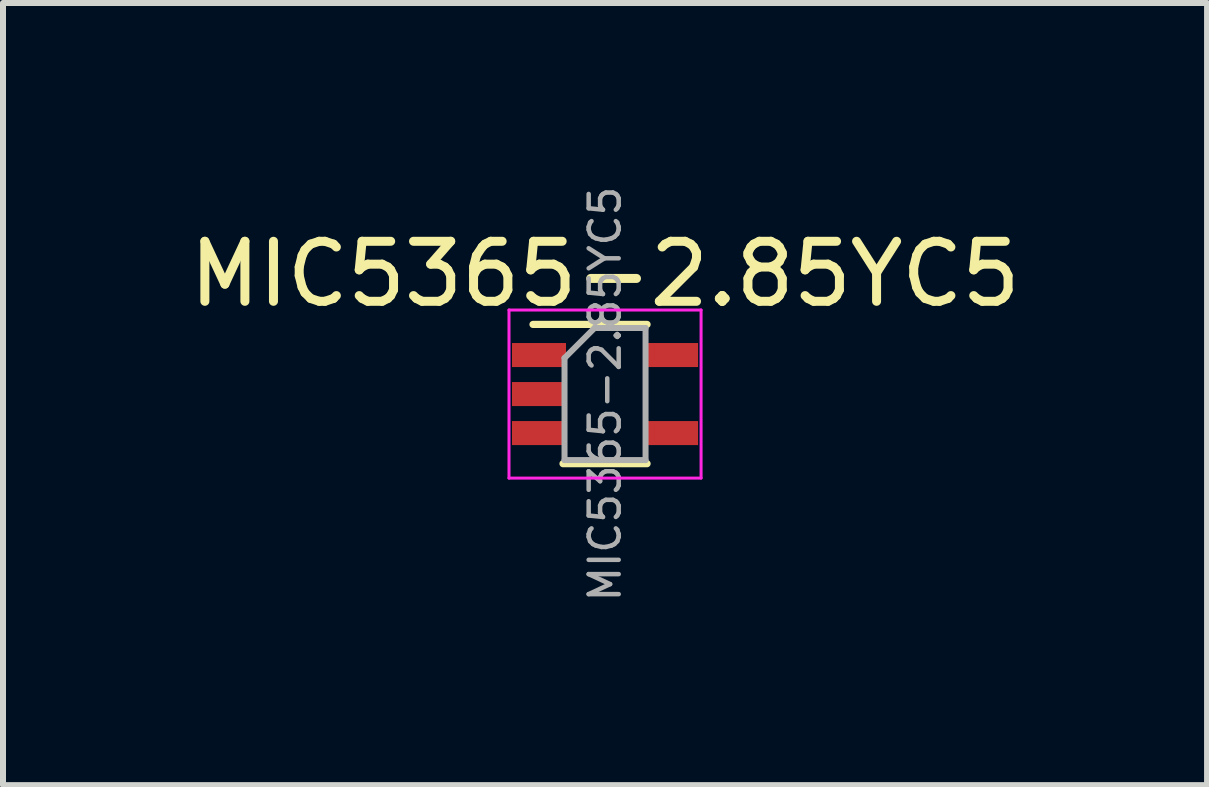
<source format=kicad_pcb>
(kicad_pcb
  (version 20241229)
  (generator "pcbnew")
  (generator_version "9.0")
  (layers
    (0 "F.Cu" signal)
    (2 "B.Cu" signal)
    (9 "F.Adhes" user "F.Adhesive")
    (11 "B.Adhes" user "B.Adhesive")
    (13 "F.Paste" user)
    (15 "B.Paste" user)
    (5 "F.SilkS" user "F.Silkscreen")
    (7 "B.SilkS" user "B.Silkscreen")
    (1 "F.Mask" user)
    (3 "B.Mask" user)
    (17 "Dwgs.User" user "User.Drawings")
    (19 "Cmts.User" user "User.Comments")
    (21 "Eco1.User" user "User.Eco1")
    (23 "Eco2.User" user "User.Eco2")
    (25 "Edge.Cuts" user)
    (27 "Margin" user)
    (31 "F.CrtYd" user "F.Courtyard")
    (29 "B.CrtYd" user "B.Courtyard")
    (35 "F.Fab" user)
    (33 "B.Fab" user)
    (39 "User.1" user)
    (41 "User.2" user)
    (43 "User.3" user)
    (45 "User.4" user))
  (footprint "MIC5365-2.85YC5"
    (layer "F.Cu")
    (at 7.03 3.515)
    (property "Reference" "MIC5365-2.85YC5" (at 0 -2 0) (layer "F.SilkS") (effects (font (size 1 1) (thickness 0.15))))
    (attr smd)
    (fp_line (start -0.7 1.16) (end 0.7 1.16) (stroke (width 0.12) (type solid)) (layer "F.SilkS"))
    (fp_line (start 0.7 -1.16) (end -1.2 -1.16) (stroke (width 0.12) (type solid)) (layer "F.SilkS"))
    (fp_line (start -1.6 -1.4) (end -1.6 1.4) (stroke (width 0.05) (type solid)) (layer "F.CrtYd"))
    (fp_line (start -1.6 -1.4) (end 1.6 -1.4) (stroke (width 0.05) (type solid)) (layer "F.CrtYd"))
    (fp_line (start -1.6 1.4) (end 1.6 1.4) (stroke (width 0.05) (type solid)) (layer "F.CrtYd"))
    (fp_line (start 1.6 1.4) (end 1.6 -1.4) (stroke (width 0.05) (type solid)) (layer "F.CrtYd"))
    (fp_line (start -0.675 -0.6) (end -0.675 1.1) (stroke (width 0.1) (type solid)) (layer "F.Fab"))
    (fp_line (start -0.175 -1.1) (end -0.675 -0.6) (stroke (width 0.1) (type solid)) (layer "F.Fab"))
    (fp_line (start 0.675 -1.1) (end -0.175 -1.1) (stroke (width 0.1) (type solid)) (layer "F.Fab"))
    (fp_line (start 0.675 -1.1) (end 0.675 1.1) (stroke (width 0.1) (type solid)) (layer "F.Fab"))
    (fp_line (start 0.675 1.1) (end -0.675 1.1) (stroke (width 0.1) (type solid)) (layer "F.Fab"))
    (fp_text user "${REFERENCE}" (at 0 0 90) (layer "F.Fab") (effects (font (size 0.5 0.5) (thickness 0.075))))
    (pad "1" smd rect (at -1.1 -0.65) (size 0.9 0.4) (layers "F.Cu" "F.Mask" "F.Paste"))
    (pad "2" smd rect (at -1.1 0) (size 0.9 0.4) (layers "F.Cu" "F.Mask" "F.Paste"))
    (pad "3" smd rect (at -1.1 0.65) (size 0.9 0.4) (layers "F.Cu" "F.Mask" "F.Paste"))
    (pad "4" smd rect (at 1.1 0.65) (size 0.9 0.4) (layers "F.Cu" "F.Mask" "F.Paste"))
    (pad "5" smd rect (at 1.1 -0.65) (size 0.9 0.4) (layers "F.Cu" "F.Mask" "F.Paste")))
  (gr_rect
    (start -3 -3)
    (end 17.06 10.03)
    (stroke (width 0.1) (type default))
    (fill no)
    (layer "Edge.Cuts")))
</source>
